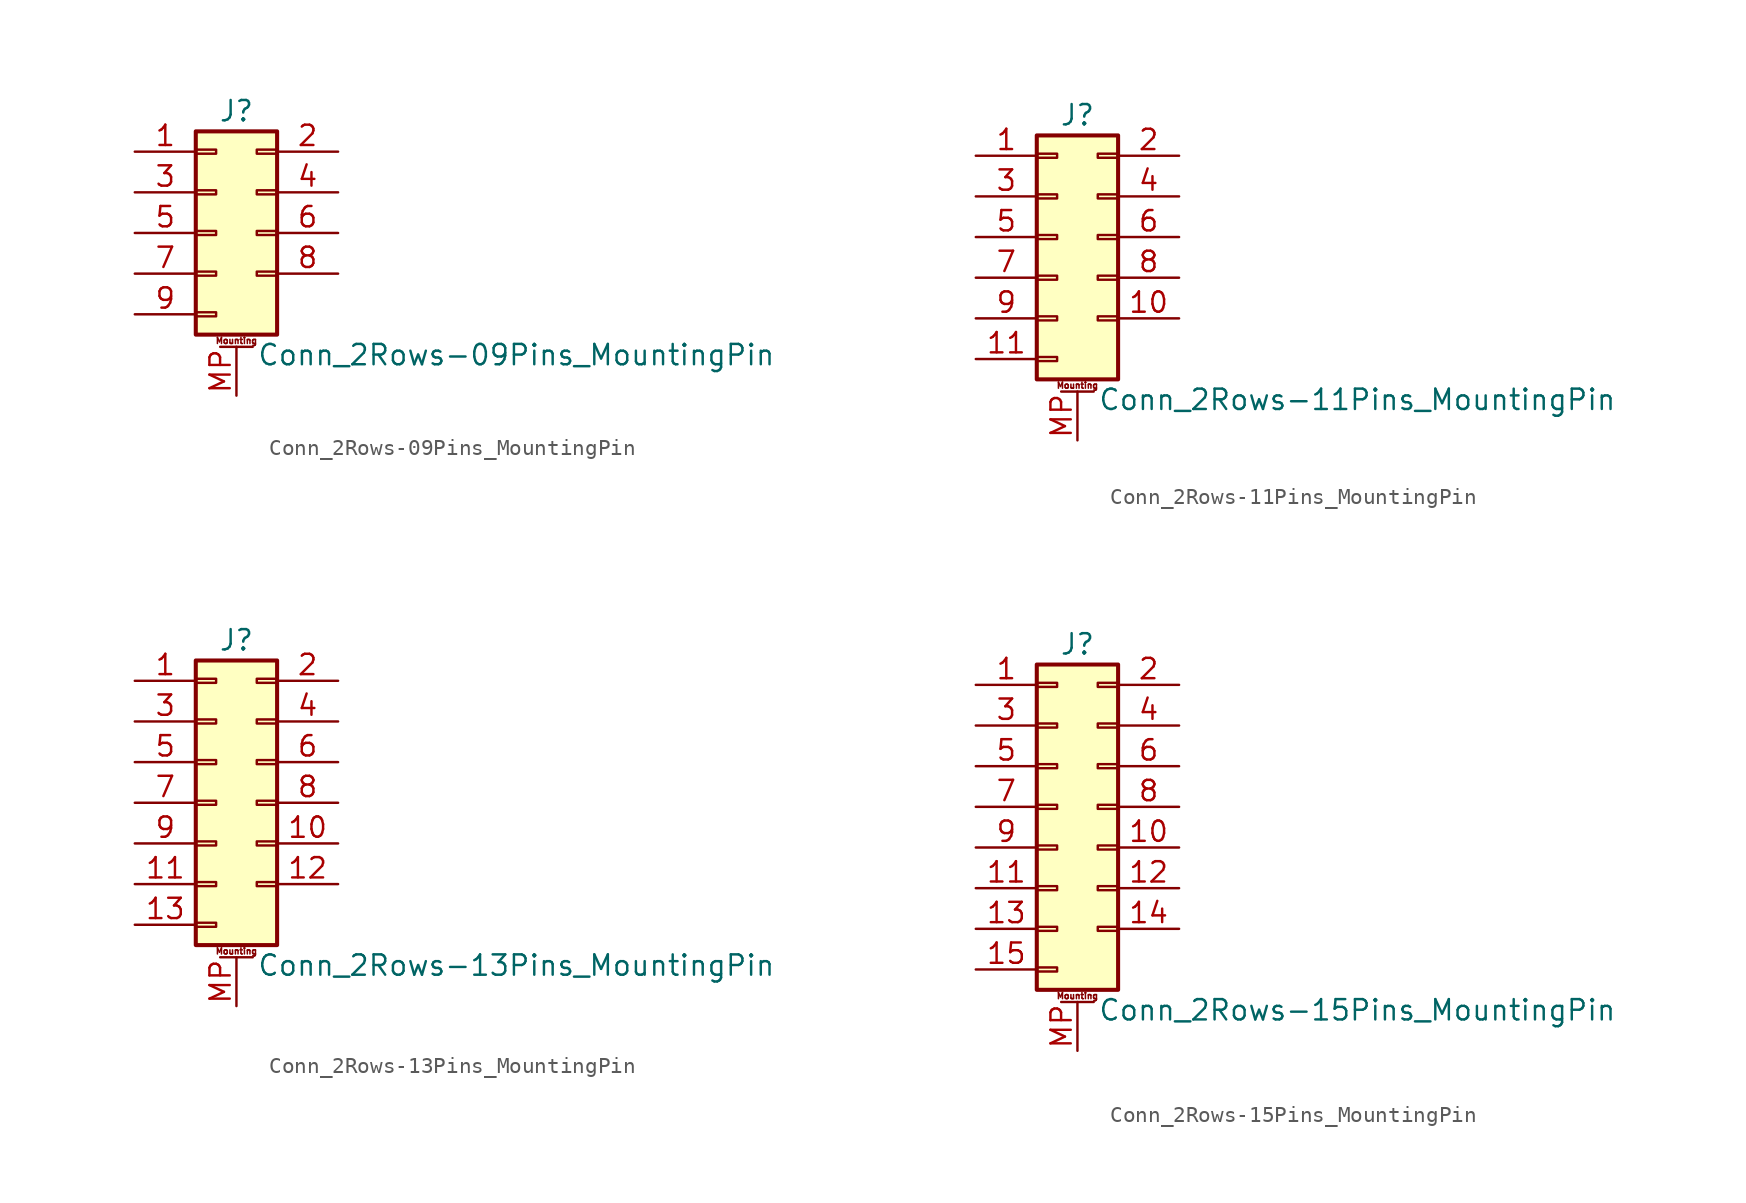
<source format=kicad_sym>
(kicad_symbol_lib
  (version 20201005)
  (generator kicad_symbol_editor)
  (symbol "Conn_2Rows-09Pins_MountingPin"
    (pin_names
      (offset 1.016) hide)
    (property "Reference" "J"
      (at 1.27 7.62 0)
      (effects (font (size 1.27 1.27))))
    (property "Value" "Conn_2Rows-09Pins_MountingPin"
      (at 2.54 -7.62 0)
      (effects (font (size 1.27 1.27)) (justify left)))
    (symbol "Conn_2Rows-09Pins_MountingPin_1_1"
      (text "Mounting" (at 1.27 -6.731 0) (effects (font (size 0.381 0.381))))
      (rectangle (start -1.27 -4.953) (end 0 -5.207) (stroke (width 0.152)) (fill (type none)))
      (rectangle (start -1.27 -2.413) (end 0 -2.667) (stroke (width 0.152)) (fill (type none)))
      (rectangle (start -1.27 0.127) (end 0 -0.127) (stroke (width 0.152)) (fill (type none)))
      (rectangle (start -1.27 2.667) (end 0 2.413) (stroke (width 0.152)) (fill (type none)))
      (rectangle (start -1.27 5.207) (end 0 4.953) (stroke (width 0.152)) (fill (type none)))
      (rectangle (start 3.81 -2.413) (end 2.54 -2.667) (stroke (width 0.152)) (fill (type none)))
      (rectangle (start 3.81 0.127) (end 2.54 -0.127) (stroke (width 0.152)) (fill (type none)))
      (rectangle (start 3.81 2.667) (end 2.54 2.413) (stroke (width 0.152)) (fill (type none)))
      (rectangle (start 3.81 5.207) (end 2.54 4.953) (stroke (width 0.152)) (fill (type none)))
      (rectangle (start -1.27 6.35) (end 3.81 -6.35) (stroke (width 0.254)) (fill (type background)))
      (polyline (pts (xy 0.254 -7.112) (xy 2.286 -7.112)) (stroke (width 0.152)) (fill (type none)))
      (pin passive line (at -5.08 5.08 0) (length 3.81) (name "Pin_1" (effects (font (size 1.27 1.27)))) (number "1" (effects (font (size 1.27 1.27)))))
      (pin passive line (at 7.62 5.08 180) (length 3.81) (name "Pin_2" (effects (font (size 1.27 1.27)))) (number "2" (effects (font (size 1.27 1.27)))))
      (pin passive line (at -5.08 2.54 0) (length 3.81) (name "Pin_3" (effects (font (size 1.27 1.27)))) (number "3" (effects (font (size 1.27 1.27)))))
      (pin passive line (at 7.62 2.54 180) (length 3.81) (name "Pin_4" (effects (font (size 1.27 1.27)))) (number "4" (effects (font (size 1.27 1.27)))))
      (pin passive line (at -5.08 0 0) (length 3.81) (name "Pin_5" (effects (font (size 1.27 1.27)))) (number "5" (effects (font (size 1.27 1.27)))))
      (pin passive line (at 7.62 0 180) (length 3.81) (name "Pin_6" (effects (font (size 1.27 1.27)))) (number "6" (effects (font (size 1.27 1.27)))))
      (pin passive line (at -5.08 -2.54 0) (length 3.81) (name "Pin_7" (effects (font (size 1.27 1.27)))) (number "7" (effects (font (size 1.27 1.27)))))
      (pin passive line (at 7.62 -2.54 180) (length 3.81) (name "Pin_8" (effects (font (size 1.27 1.27)))) (number "8" (effects (font (size 1.27 1.27)))))
      (pin passive line (at -5.08 -5.08 0) (length 3.81) (name "Pin_9" (effects (font (size 1.27 1.27)))) (number "9" (effects (font (size 1.27 1.27)))))
      (pin passive line (at 1.27 -10.16 90) (length 3.048) (name "MountPin" (effects (font (size 1.27 1.27)))) (number "MP" (effects (font (size 1.27 1.27)))))))
  (symbol "Conn_2Rows-11Pins_MountingPin"
    (pin_names
      (offset 1.016) hide)
    (property "Reference" "J"
      (at 1.27 7.62 0)
      (effects (font (size 1.27 1.27))))
    (property "Value" "Conn_2Rows-11Pins_MountingPin"
      (at 2.54 -10.16 0)
      (effects (font (size 1.27 1.27)) (justify left)))
    (symbol "Conn_2Rows-11Pins_MountingPin_1_1"
      (text "Mounting" (at 1.27 -9.271 0) (effects (font (size 0.381 0.381))))
      (rectangle (start -1.27 -7.493) (end 0 -7.747) (stroke (width 0.152)) (fill (type none)))
      (rectangle (start -1.27 -4.953) (end 0 -5.207) (stroke (width 0.152)) (fill (type none)))
      (rectangle (start -1.27 -2.413) (end 0 -2.667) (stroke (width 0.152)) (fill (type none)))
      (rectangle (start -1.27 0.127) (end 0 -0.127) (stroke (width 0.152)) (fill (type none)))
      (rectangle (start -1.27 2.667) (end 0 2.413) (stroke (width 0.152)) (fill (type none)))
      (rectangle (start -1.27 5.207) (end 0 4.953) (stroke (width 0.152)) (fill (type none)))
      (rectangle (start 3.81 -4.953) (end 2.54 -5.207) (stroke (width 0.152)) (fill (type none)))
      (rectangle (start 3.81 -2.413) (end 2.54 -2.667) (stroke (width 0.152)) (fill (type none)))
      (rectangle (start 3.81 0.127) (end 2.54 -0.127) (stroke (width 0.152)) (fill (type none)))
      (rectangle (start 3.81 2.667) (end 2.54 2.413) (stroke (width 0.152)) (fill (type none)))
      (rectangle (start 3.81 5.207) (end 2.54 4.953) (stroke (width 0.152)) (fill (type none)))
      (rectangle (start -1.27 6.35) (end 3.81 -8.89) (stroke (width 0.254)) (fill (type background)))
      (polyline (pts (xy 0.254 -9.652) (xy 2.286 -9.652)) (stroke (width 0.152)) (fill (type none)))
      (pin passive line (at -5.08 5.08 0) (length 3.81) (name "Pin_1" (effects (font (size 1.27 1.27)))) (number "1" (effects (font (size 1.27 1.27)))))
      (pin passive line (at 7.62 -5.08 180) (length 3.81) (name "Pin_10" (effects (font (size 1.27 1.27)))) (number "10" (effects (font (size 1.27 1.27)))))
      (pin passive line (at -5.08 -7.62 0) (length 3.81) (name "Pin_11" (effects (font (size 1.27 1.27)))) (number "11" (effects (font (size 1.27 1.27)))))
      (pin passive line (at 7.62 5.08 180) (length 3.81) (name "Pin_2" (effects (font (size 1.27 1.27)))) (number "2" (effects (font (size 1.27 1.27)))))
      (pin passive line (at -5.08 2.54 0) (length 3.81) (name "Pin_3" (effects (font (size 1.27 1.27)))) (number "3" (effects (font (size 1.27 1.27)))))
      (pin passive line (at 7.62 2.54 180) (length 3.81) (name "Pin_4" (effects (font (size 1.27 1.27)))) (number "4" (effects (font (size 1.27 1.27)))))
      (pin passive line (at -5.08 0 0) (length 3.81) (name "Pin_5" (effects (font (size 1.27 1.27)))) (number "5" (effects (font (size 1.27 1.27)))))
      (pin passive line (at 7.62 0 180) (length 3.81) (name "Pin_6" (effects (font (size 1.27 1.27)))) (number "6" (effects (font (size 1.27 1.27)))))
      (pin passive line (at -5.08 -2.54 0) (length 3.81) (name "Pin_7" (effects (font (size 1.27 1.27)))) (number "7" (effects (font (size 1.27 1.27)))))
      (pin passive line (at 7.62 -2.54 180) (length 3.81) (name "Pin_8" (effects (font (size 1.27 1.27)))) (number "8" (effects (font (size 1.27 1.27)))))
      (pin passive line (at -5.08 -5.08 0) (length 3.81) (name "Pin_9" (effects (font (size 1.27 1.27)))) (number "9" (effects (font (size 1.27 1.27)))))
      (pin passive line (at 1.27 -12.7 90) (length 3.048) (name "MountPin" (effects (font (size 1.27 1.27)))) (number "MP" (effects (font (size 1.27 1.27)))))))
  (symbol "Conn_2Rows-13Pins_MountingPin"
    (pin_names
      (offset 1.016) hide)
    (property "Reference" "J"
      (at 1.27 10.16 0)
      (effects (font (size 1.27 1.27))))
    (property "Value" "Conn_2Rows-13Pins_MountingPin"
      (at 2.54 -10.16 0)
      (effects (font (size 1.27 1.27)) (justify left)))
    (symbol "Conn_2Rows-13Pins_MountingPin_1_1"
      (text "Mounting" (at 1.27 -9.271 0) (effects (font (size 0.381 0.381))))
      (rectangle (start -1.27 -7.493) (end 0 -7.747) (stroke (width 0.152)) (fill (type none)))
      (rectangle (start -1.27 -4.953) (end 0 -5.207) (stroke (width 0.152)) (fill (type none)))
      (rectangle (start -1.27 -2.413) (end 0 -2.667) (stroke (width 0.152)) (fill (type none)))
      (rectangle (start -1.27 0.127) (end 0 -0.127) (stroke (width 0.152)) (fill (type none)))
      (rectangle (start -1.27 2.667) (end 0 2.413) (stroke (width 0.152)) (fill (type none)))
      (rectangle (start -1.27 5.207) (end 0 4.953) (stroke (width 0.152)) (fill (type none)))
      (rectangle (start -1.27 7.747) (end 0 7.493) (stroke (width 0.152)) (fill (type none)))
      (rectangle (start 3.81 -4.953) (end 2.54 -5.207) (stroke (width 0.152)) (fill (type none)))
      (rectangle (start 3.81 -2.413) (end 2.54 -2.667) (stroke (width 0.152)) (fill (type none)))
      (rectangle (start 3.81 0.127) (end 2.54 -0.127) (stroke (width 0.152)) (fill (type none)))
      (rectangle (start 3.81 2.667) (end 2.54 2.413) (stroke (width 0.152)) (fill (type none)))
      (rectangle (start 3.81 5.207) (end 2.54 4.953) (stroke (width 0.152)) (fill (type none)))
      (rectangle (start 3.81 7.747) (end 2.54 7.493) (stroke (width 0.152)) (fill (type none)))
      (rectangle (start -1.27 8.89) (end 3.81 -8.89) (stroke (width 0.254)) (fill (type background)))
      (polyline (pts (xy 0.254 -9.652) (xy 2.286 -9.652)) (stroke (width 0.152)) (fill (type none)))
      (pin passive line (at -5.08 7.62 0) (length 3.81) (name "Pin_1" (effects (font (size 1.27 1.27)))) (number "1" (effects (font (size 1.27 1.27)))))
      (pin passive line (at 7.62 -2.54 180) (length 3.81) (name "Pin_10" (effects (font (size 1.27 1.27)))) (number "10" (effects (font (size 1.27 1.27)))))
      (pin passive line (at -5.08 -5.08 0) (length 3.81) (name "Pin_11" (effects (font (size 1.27 1.27)))) (number "11" (effects (font (size 1.27 1.27)))))
      (pin passive line (at 7.62 -5.08 180) (length 3.81) (name "Pin_12" (effects (font (size 1.27 1.27)))) (number "12" (effects (font (size 1.27 1.27)))))
      (pin passive line (at -5.08 -7.62 0) (length 3.81) (name "Pin_13" (effects (font (size 1.27 1.27)))) (number "13" (effects (font (size 1.27 1.27)))))
      (pin passive line (at 7.62 7.62 180) (length 3.81) (name "Pin_2" (effects (font (size 1.27 1.27)))) (number "2" (effects (font (size 1.27 1.27)))))
      (pin passive line (at -5.08 5.08 0) (length 3.81) (name "Pin_3" (effects (font (size 1.27 1.27)))) (number "3" (effects (font (size 1.27 1.27)))))
      (pin passive line (at 7.62 5.08 180) (length 3.81) (name "Pin_4" (effects (font (size 1.27 1.27)))) (number "4" (effects (font (size 1.27 1.27)))))
      (pin passive line (at -5.08 2.54 0) (length 3.81) (name "Pin_5" (effects (font (size 1.27 1.27)))) (number "5" (effects (font (size 1.27 1.27)))))
      (pin passive line (at 7.62 2.54 180) (length 3.81) (name "Pin_6" (effects (font (size 1.27 1.27)))) (number "6" (effects (font (size 1.27 1.27)))))
      (pin passive line (at -5.08 0 0) (length 3.81) (name "Pin_7" (effects (font (size 1.27 1.27)))) (number "7" (effects (font (size 1.27 1.27)))))
      (pin passive line (at 7.62 0 180) (length 3.81) (name "Pin_8" (effects (font (size 1.27 1.27)))) (number "8" (effects (font (size 1.27 1.27)))))
      (pin passive line (at -5.08 -2.54 0) (length 3.81) (name "Pin_9" (effects (font (size 1.27 1.27)))) (number "9" (effects (font (size 1.27 1.27)))))
      (pin passive line (at 1.27 -12.7 90) (length 3.048) (name "MountPin" (effects (font (size 1.27 1.27)))) (number "MP" (effects (font (size 1.27 1.27)))))))
  (symbol "Conn_2Rows-15Pins_MountingPin"
    (pin_names
      (offset 1.016) hide)
    (property "Reference" "J"
      (at 1.27 10.16 0)
      (effects (font (size 1.27 1.27))))
    (property "Value" "Conn_2Rows-15Pins_MountingPin"
      (at 2.54 -12.7 0)
      (effects (font (size 1.27 1.27)) (justify left)))
    (symbol "Conn_2Rows-15Pins_MountingPin_1_1"
      (text "Mounting" (at 1.27 -11.811 0) (effects (font (size 0.381 0.381))))
      (rectangle (start -1.27 -10.033) (end 0 -10.287) (stroke (width 0.152)) (fill (type none)))
      (rectangle (start -1.27 -7.493) (end 0 -7.747) (stroke (width 0.152)) (fill (type none)))
      (rectangle (start -1.27 -4.953) (end 0 -5.207) (stroke (width 0.152)) (fill (type none)))
      (rectangle (start -1.27 -2.413) (end 0 -2.667) (stroke (width 0.152)) (fill (type none)))
      (rectangle (start -1.27 0.127) (end 0 -0.127) (stroke (width 0.152)) (fill (type none)))
      (rectangle (start -1.27 2.667) (end 0 2.413) (stroke (width 0.152)) (fill (type none)))
      (rectangle (start -1.27 5.207) (end 0 4.953) (stroke (width 0.152)) (fill (type none)))
      (rectangle (start -1.27 7.747) (end 0 7.493) (stroke (width 0.152)) (fill (type none)))
      (rectangle (start 3.81 -7.493) (end 2.54 -7.747) (stroke (width 0.152)) (fill (type none)))
      (rectangle (start 3.81 -4.953) (end 2.54 -5.207) (stroke (width 0.152)) (fill (type none)))
      (rectangle (start 3.81 -2.413) (end 2.54 -2.667) (stroke (width 0.152)) (fill (type none)))
      (rectangle (start 3.81 0.127) (end 2.54 -0.127) (stroke (width 0.152)) (fill (type none)))
      (rectangle (start 3.81 2.667) (end 2.54 2.413) (stroke (width 0.152)) (fill (type none)))
      (rectangle (start 3.81 5.207) (end 2.54 4.953) (stroke (width 0.152)) (fill (type none)))
      (rectangle (start 3.81 7.747) (end 2.54 7.493) (stroke (width 0.152)) (fill (type none)))
      (rectangle (start -1.27 8.89) (end 3.81 -11.43) (stroke (width 0.254)) (fill (type background)))
      (polyline (pts (xy 0.254 -12.192) (xy 2.286 -12.192)) (stroke (width 0.152)) (fill (type none)))
      (pin passive line (at -5.08 7.62 0) (length 3.81) (name "Pin_1" (effects (font (size 1.27 1.27)))) (number "1" (effects (font (size 1.27 1.27)))))
      (pin passive line (at 7.62 -2.54 180) (length 3.81) (name "Pin_10" (effects (font (size 1.27 1.27)))) (number "10" (effects (font (size 1.27 1.27)))))
      (pin passive line (at -5.08 -5.08 0) (length 3.81) (name "Pin_11" (effects (font (size 1.27 1.27)))) (number "11" (effects (font (size 1.27 1.27)))))
      (pin passive line (at 7.62 -5.08 180) (length 3.81) (name "Pin_12" (effects (font (size 1.27 1.27)))) (number "12" (effects (font (size 1.27 1.27)))))
      (pin passive line (at -5.08 -7.62 0) (length 3.81) (name "Pin_13" (effects (font (size 1.27 1.27)))) (number "13" (effects (font (size 1.27 1.27)))))
      (pin passive line (at 7.62 -7.62 180) (length 3.81) (name "Pin_14" (effects (font (size 1.27 1.27)))) (number "14" (effects (font (size 1.27 1.27)))))
      (pin passive line (at -5.08 -10.16 0) (length 3.81) (name "Pin_15" (effects (font (size 1.27 1.27)))) (number "15" (effects (font (size 1.27 1.27)))))
      (pin passive line (at 7.62 7.62 180) (length 3.81) (name "Pin_2" (effects (font (size 1.27 1.27)))) (number "2" (effects (font (size 1.27 1.27)))))
      (pin passive line (at -5.08 5.08 0) (length 3.81) (name "Pin_3" (effects (font (size 1.27 1.27)))) (number "3" (effects (font (size 1.27 1.27)))))
      (pin passive line (at 7.62 5.08 180) (length 3.81) (name "Pin_4" (effects (font (size 1.27 1.27)))) (number "4" (effects (font (size 1.27 1.27)))))
      (pin passive line (at -5.08 2.54 0) (length 3.81) (name "Pin_5" (effects (font (size 1.27 1.27)))) (number "5" (effects (font (size 1.27 1.27)))))
      (pin passive line (at 7.62 2.54 180) (length 3.81) (name "Pin_6" (effects (font (size 1.27 1.27)))) (number "6" (effects (font (size 1.27 1.27)))))
      (pin passive line (at -5.08 0 0) (length 3.81) (name "Pin_7" (effects (font (size 1.27 1.27)))) (number "7" (effects (font (size 1.27 1.27)))))
      (pin passive line (at 7.62 0 180) (length 3.81) (name "Pin_8" (effects (font (size 1.27 1.27)))) (number "8" (effects (font (size 1.27 1.27)))))
      (pin passive line (at -5.08 -2.54 0) (length 3.81) (name "Pin_9" (effects (font (size 1.27 1.27)))) (number "9" (effects (font (size 1.27 1.27)))))
      (pin passive line (at 1.27 -15.24 90) (length 3.048) (name "MountPin" (effects (font (size 1.27 1.27)))) (number "MP" (effects (font (size 1.27 1.27))))))))
</source>
